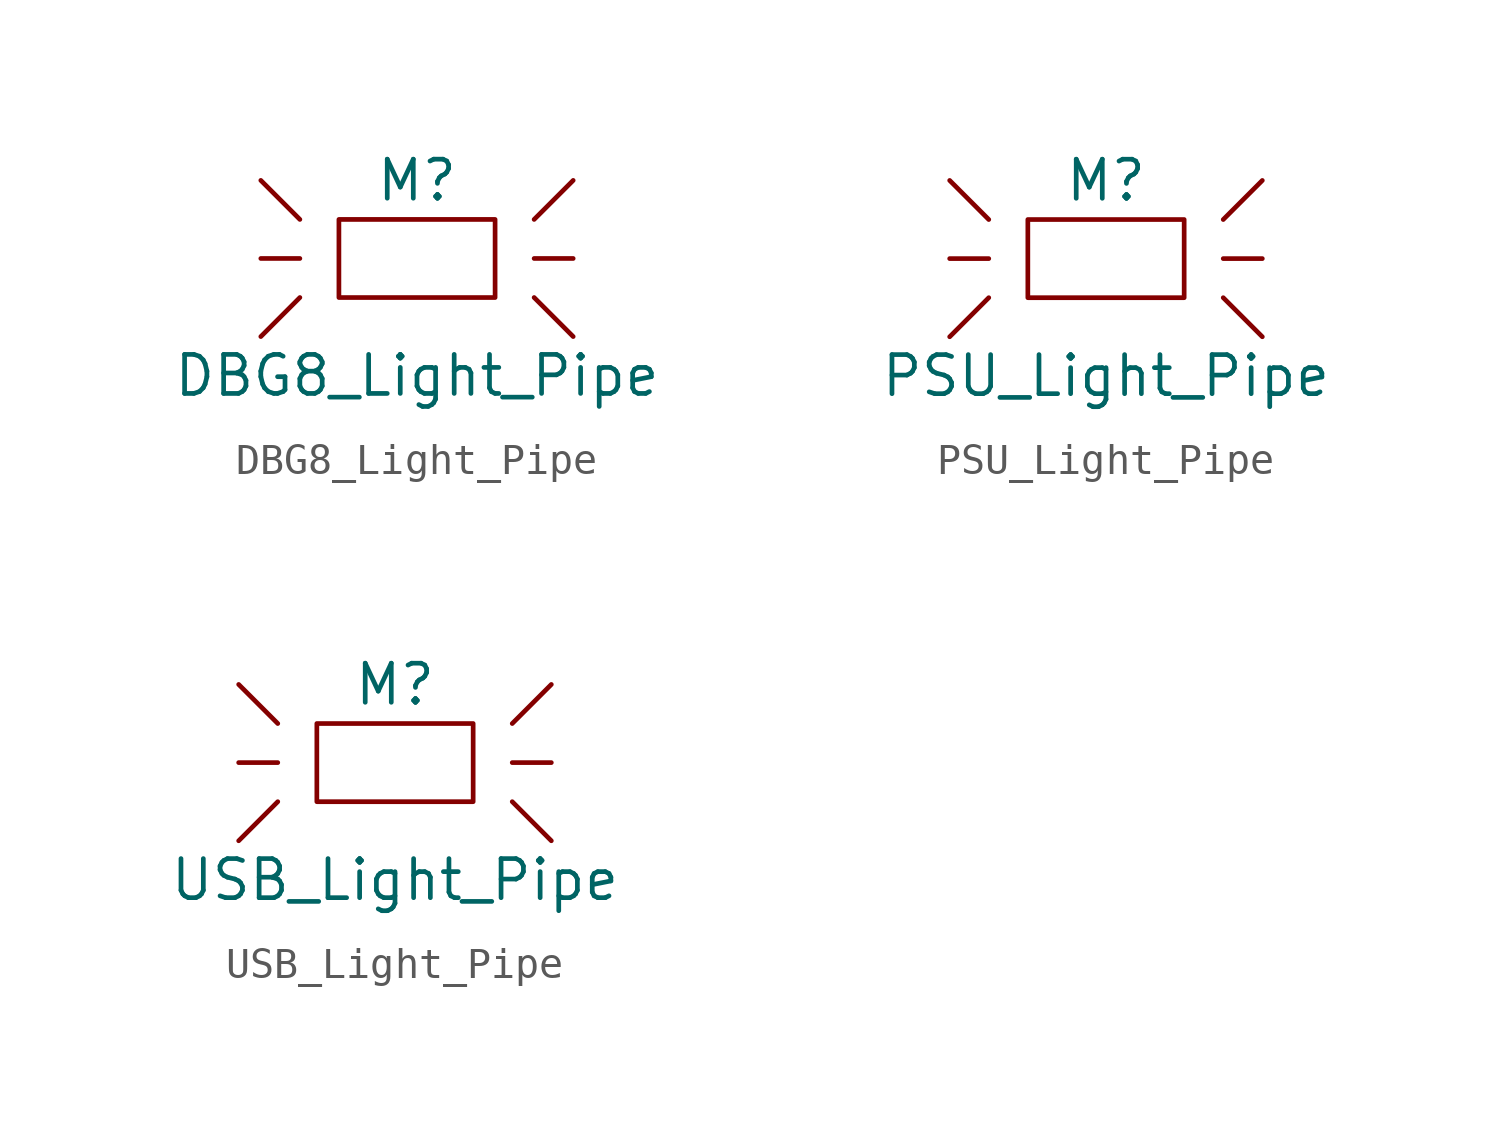
<source format=kicad_sym>
(kicad_symbol_lib
  (version 20211014)
  (generator kicad_symbol_editor)
  (symbol "DBG8_Light_Pipe"
    (property "Reference" "M"
      (at 0 2.54 0)
      (effects (font (size 1.27 1.27))))
    (property "Value" "DBG8_Light_Pipe"
      (at 0 -3.81 0)
      (effects (font (size 1.27 1.27))))
    (symbol "DBG8_Light_Pipe_0_1"
      (rectangle (start -2.54 1.27) (end 2.54 -1.27) (stroke (width 0) (type default) (color 0 0 0 0)) (fill (type none)))
      (polyline (pts (xy -3.81 -1.27) (xy -5.08 -2.54)) (stroke (width 0) (type default) (color 0 0 0 0)) (fill (type none)))
      (polyline (pts (xy -3.81 0) (xy -5.08 0)) (stroke (width 0) (type default) (color 0 0 0 0)) (fill (type none)))
      (polyline (pts (xy -3.81 1.27) (xy -5.08 2.54)) (stroke (width 0) (type default) (color 0 0 0 0)) (fill (type none)))
      (polyline (pts (xy 3.81 -1.27) (xy 5.08 -2.54)) (stroke (width 0) (type default) (color 0 0 0 0)) (fill (type none)))
      (polyline (pts (xy 3.81 0) (xy 5.08 0)) (stroke (width 0) (type default) (color 0 0 0 0)) (fill (type none)))
      (polyline (pts (xy 3.81 1.27) (xy 5.08 2.54)) (stroke (width 0) (type default) (color 0 0 0 0)) (fill (type none)))))
  (symbol "PSU_Light_Pipe"
    (property "Reference" "M"
      (at 0 2.54 0)
      (effects (font (size 1.27 1.27))))
    (property "Value" "PSU_Light_Pipe"
      (at 0 -3.81 0)
      (effects (font (size 1.27 1.27))))
    (symbol "PSU_Light_Pipe_0_1"
      (rectangle (start -2.54 1.27) (end 2.54 -1.27) (stroke (width 0) (type default) (color 0 0 0 0)) (fill (type none)))
      (polyline (pts (xy -3.81 -1.27) (xy -5.08 -2.54)) (stroke (width 0) (type default) (color 0 0 0 0)) (fill (type none)))
      (polyline (pts (xy -3.81 0) (xy -5.08 0)) (stroke (width 0) (type default) (color 0 0 0 0)) (fill (type none)))
      (polyline (pts (xy -3.81 1.27) (xy -5.08 2.54)) (stroke (width 0) (type default) (color 0 0 0 0)) (fill (type none)))
      (polyline (pts (xy 3.81 -1.27) (xy 5.08 -2.54)) (stroke (width 0) (type default) (color 0 0 0 0)) (fill (type none)))
      (polyline (pts (xy 3.81 0) (xy 5.08 0)) (stroke (width 0) (type default) (color 0 0 0 0)) (fill (type none)))
      (polyline (pts (xy 3.81 1.27) (xy 5.08 2.54)) (stroke (width 0) (type default) (color 0 0 0 0)) (fill (type none)))))
  (symbol "USB_Light_Pipe"
    (property "Reference" "M"
      (at 0 2.54 0)
      (effects (font (size 1.27 1.27))))
    (property "Value" "USB_Light_Pipe"
      (at 0 -3.81 0)
      (effects (font (size 1.27 1.27))))
    (symbol "USB_Light_Pipe_0_1"
      (rectangle (start -2.54 1.27) (end 2.54 -1.27) (stroke (width 0) (type default) (color 0 0 0 0)) (fill (type none)))
      (polyline (pts (xy -3.81 -1.27) (xy -5.08 -2.54)) (stroke (width 0) (type default) (color 0 0 0 0)) (fill (type none)))
      (polyline (pts (xy -3.81 0) (xy -5.08 0)) (stroke (width 0) (type default) (color 0 0 0 0)) (fill (type none)))
      (polyline (pts (xy -3.81 1.27) (xy -5.08 2.54)) (stroke (width 0) (type default) (color 0 0 0 0)) (fill (type none)))
      (polyline (pts (xy 3.81 -1.27) (xy 5.08 -2.54)) (stroke (width 0) (type default) (color 0 0 0 0)) (fill (type none)))
      (polyline (pts (xy 3.81 0) (xy 5.08 0)) (stroke (width 0) (type default) (color 0 0 0 0)) (fill (type none)))
      (polyline (pts (xy 3.81 1.27) (xy 5.08 2.54)) (stroke (width 0) (type default) (color 0 0 0 0)) (fill (type none))))))
</source>
